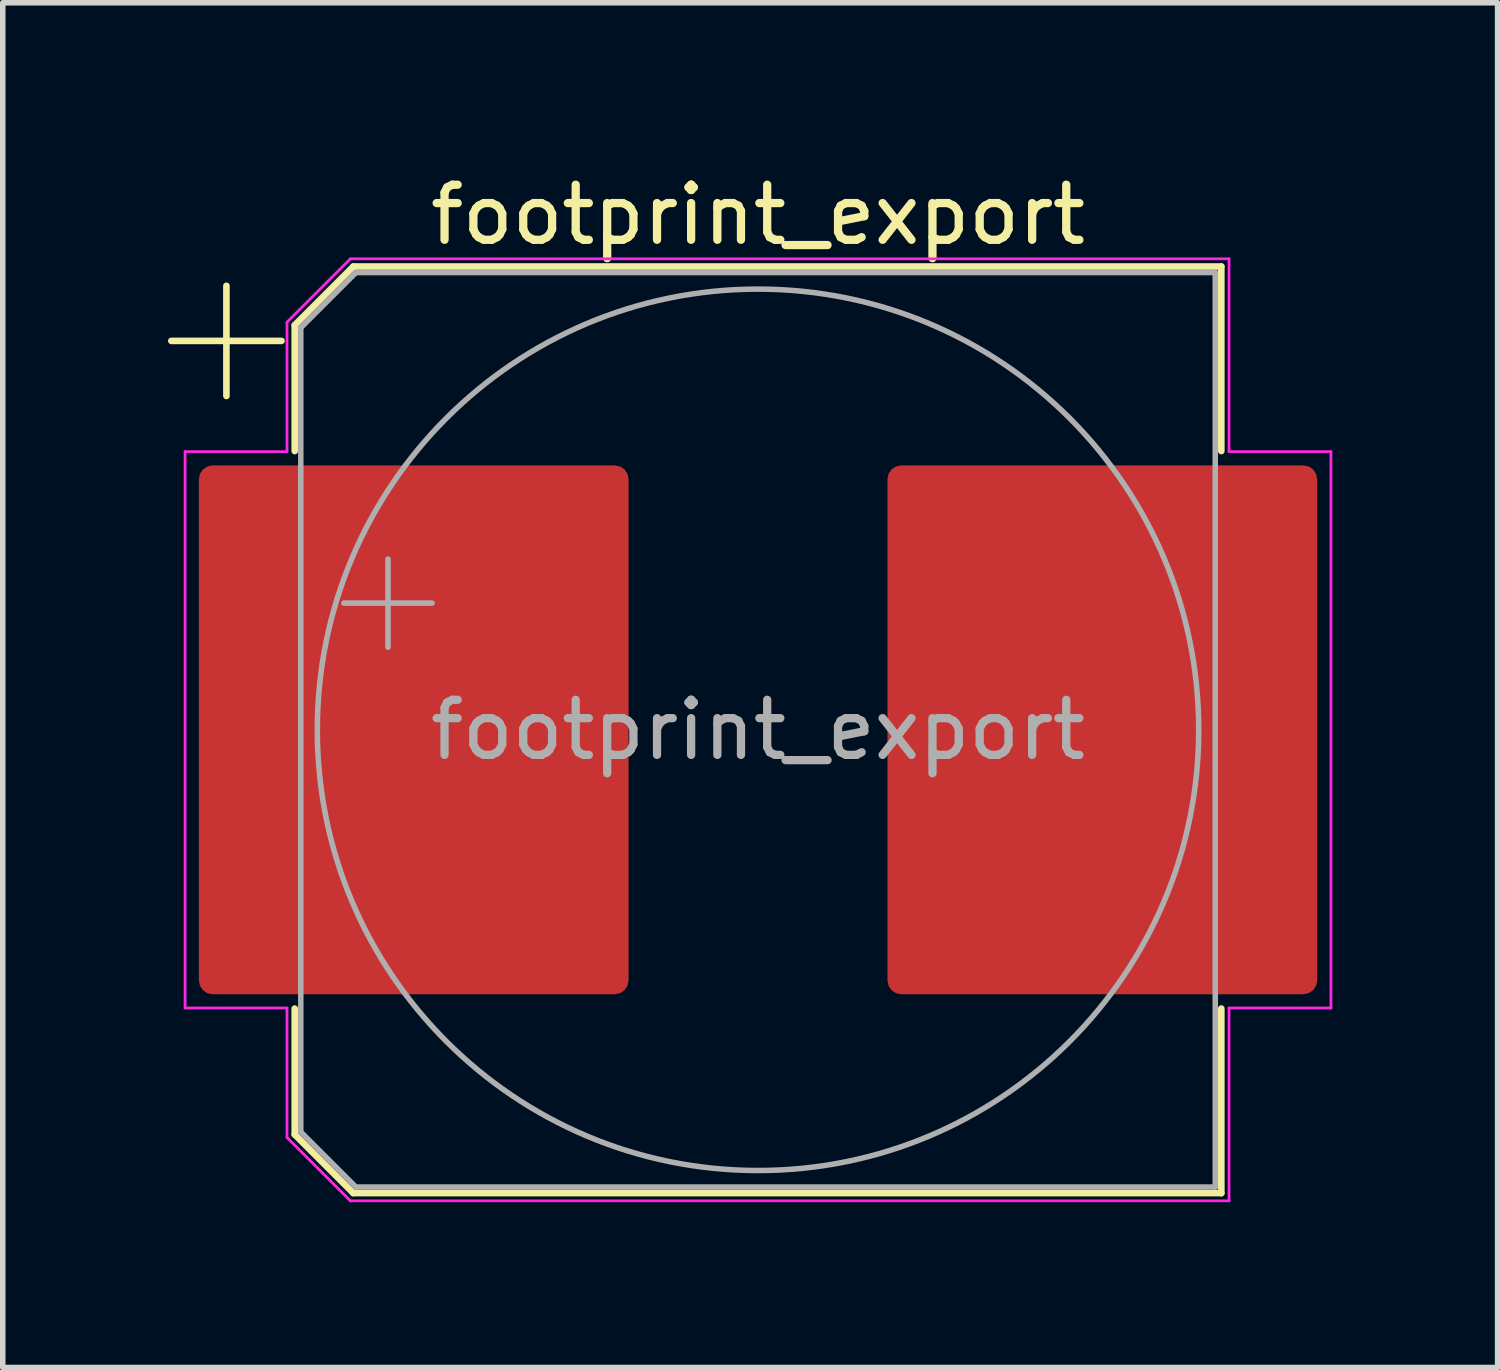
<source format=kicad_pcb>
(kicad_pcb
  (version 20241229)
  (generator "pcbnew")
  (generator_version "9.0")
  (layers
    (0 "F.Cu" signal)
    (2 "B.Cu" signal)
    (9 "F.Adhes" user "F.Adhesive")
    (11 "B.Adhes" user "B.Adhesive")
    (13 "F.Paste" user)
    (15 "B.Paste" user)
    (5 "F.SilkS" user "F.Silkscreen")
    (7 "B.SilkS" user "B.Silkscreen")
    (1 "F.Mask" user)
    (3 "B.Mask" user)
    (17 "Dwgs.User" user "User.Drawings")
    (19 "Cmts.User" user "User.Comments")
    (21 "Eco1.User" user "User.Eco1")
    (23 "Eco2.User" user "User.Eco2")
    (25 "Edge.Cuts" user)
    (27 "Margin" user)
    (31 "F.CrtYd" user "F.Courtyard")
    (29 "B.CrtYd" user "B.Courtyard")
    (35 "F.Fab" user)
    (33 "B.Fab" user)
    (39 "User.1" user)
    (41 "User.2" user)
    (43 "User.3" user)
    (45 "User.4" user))
  (footprint "footprint_export"
    (layer "F.Cu")
    (at 10.71 10.198)
    (property "Reference" "footprint_export" (at 0 -9.35 0) (layer "F.SilkS") (effects (font (size 1 1) (thickness 0.15))))
    (attr smd)
    (fp_line (start -10.65 -7.06) (end -8.65 -7.06) (stroke (width 0.12) (type solid)) (layer "F.SilkS"))
    (fp_line (start -9.65 -8.06) (end -9.65 -6.06) (stroke (width 0.12) (type solid)) (layer "F.SilkS"))
    (fp_line (start -8.41 -7.346) (end -8.41 -5.06) (stroke (width 0.12) (type solid)) (layer "F.SilkS"))
    (fp_line (start -8.41 -7.346) (end -7.346 -8.41) (stroke (width 0.12) (type solid)) (layer "F.SilkS"))
    (fp_line (start -8.41 7.346) (end -8.41 5.06) (stroke (width 0.12) (type solid)) (layer "F.SilkS"))
    (fp_line (start -8.41 7.346) (end -7.346 8.41) (stroke (width 0.12) (type solid)) (layer "F.SilkS"))
    (fp_line (start -7.346 -8.41) (end 8.41 -8.41) (stroke (width 0.12) (type solid)) (layer "F.SilkS"))
    (fp_line (start -7.346 8.41) (end 8.41 8.41) (stroke (width 0.12) (type solid)) (layer "F.SilkS"))
    (fp_line (start 8.41 -8.41) (end 8.41 -5.06) (stroke (width 0.12) (type solid)) (layer "F.SilkS"))
    (fp_line (start 8.41 8.41) (end 8.41 5.06) (stroke (width 0.12) (type solid)) (layer "F.SilkS"))
    (fp_line (start -10.4 -5.05) (end -10.4 5.05) (stroke (width 0.05) (type solid)) (layer "F.CrtYd"))
    (fp_line (start -10.4 5.05) (end -8.55 5.05) (stroke (width 0.05) (type solid)) (layer "F.CrtYd"))
    (fp_line (start -8.55 -7.4) (end -8.55 -5.05) (stroke (width 0.05) (type solid)) (layer "F.CrtYd"))
    (fp_line (start -8.55 -7.4) (end -7.4 -8.55) (stroke (width 0.05) (type solid)) (layer "F.CrtYd"))
    (fp_line (start -8.55 -5.05) (end -10.4 -5.05) (stroke (width 0.05) (type solid)) (layer "F.CrtYd"))
    (fp_line (start -8.55 5.05) (end -8.55 7.4) (stroke (width 0.05) (type solid)) (layer "F.CrtYd"))
    (fp_line (start -8.55 7.4) (end -7.4 8.55) (stroke (width 0.05) (type solid)) (layer "F.CrtYd"))
    (fp_line (start -7.4 -8.55) (end 8.55 -8.55) (stroke (width 0.05) (type solid)) (layer "F.CrtYd"))
    (fp_line (start -7.4 8.55) (end 8.55 8.55) (stroke (width 0.05) (type solid)) (layer "F.CrtYd"))
    (fp_line (start 8.55 -8.55) (end 8.55 -5.05) (stroke (width 0.05) (type solid)) (layer "F.CrtYd"))
    (fp_line (start 8.55 -5.05) (end 10.4 -5.05) (stroke (width 0.05) (type solid)) (layer "F.CrtYd"))
    (fp_line (start 8.55 5.05) (end 8.55 8.55) (stroke (width 0.05) (type solid)) (layer "F.CrtYd"))
    (fp_line (start 10.4 -5.05) (end 10.4 5.05) (stroke (width 0.05) (type solid)) (layer "F.CrtYd"))
    (fp_line (start 10.4 5.05) (end 8.55 5.05) (stroke (width 0.05) (type solid)) (layer "F.CrtYd"))
    (fp_line (start -8.3 -7.3) (end -8.3 7.3) (stroke (width 0.1) (type solid)) (layer "F.Fab"))
    (fp_line (start -8.3 -7.3) (end -7.3 -8.3) (stroke (width 0.1) (type solid)) (layer "F.Fab"))
    (fp_line (start -8.3 7.3) (end -7.3 8.3) (stroke (width 0.1) (type solid)) (layer "F.Fab"))
    (fp_line (start -7.517 -2.3) (end -5.917 -2.3) (stroke (width 0.1) (type solid)) (layer "F.Fab"))
    (fp_line (start -7.3 -8.3) (end 8.3 -8.3) (stroke (width 0.1) (type solid)) (layer "F.Fab"))
    (fp_line (start -7.3 8.3) (end 8.3 8.3) (stroke (width 0.1) (type solid)) (layer "F.Fab"))
    (fp_line (start -6.717 -3.1) (end -6.717 -1.5) (stroke (width 0.1) (type solid)) (layer "F.Fab"))
    (fp_line (start 8.3 -8.3) (end 8.3 8.3) (stroke (width 0.1) (type solid)) (layer "F.Fab"))
    (fp_circle (center 0 0) (end 8 0) (stroke (width 0.1) (type solid)) (fill no) (layer "F.Fab"))
    (fp_text user "${REFERENCE}" (at 0 0 0) (layer "F.Fab") (effects (font (size 1 1) (thickness 0.15))))
    (pad "1" smd roundrect (at -6.25 0) (size 7.8 9.6) (layers "F.Cu" "F.Mask" "F.Paste") (roundrect_rratio 0.032))
    (pad "2" smd roundrect (at 6.25 0) (size 7.8 9.6) (layers "F.Cu" "F.Mask" "F.Paste") (roundrect_rratio 0.032)))
  (gr_rect
    (start -3 -3)
    (end 24.135 21.773)
    (stroke (width 0.1) (type default))
    (fill no)
    (layer "Edge.Cuts")))
</source>
